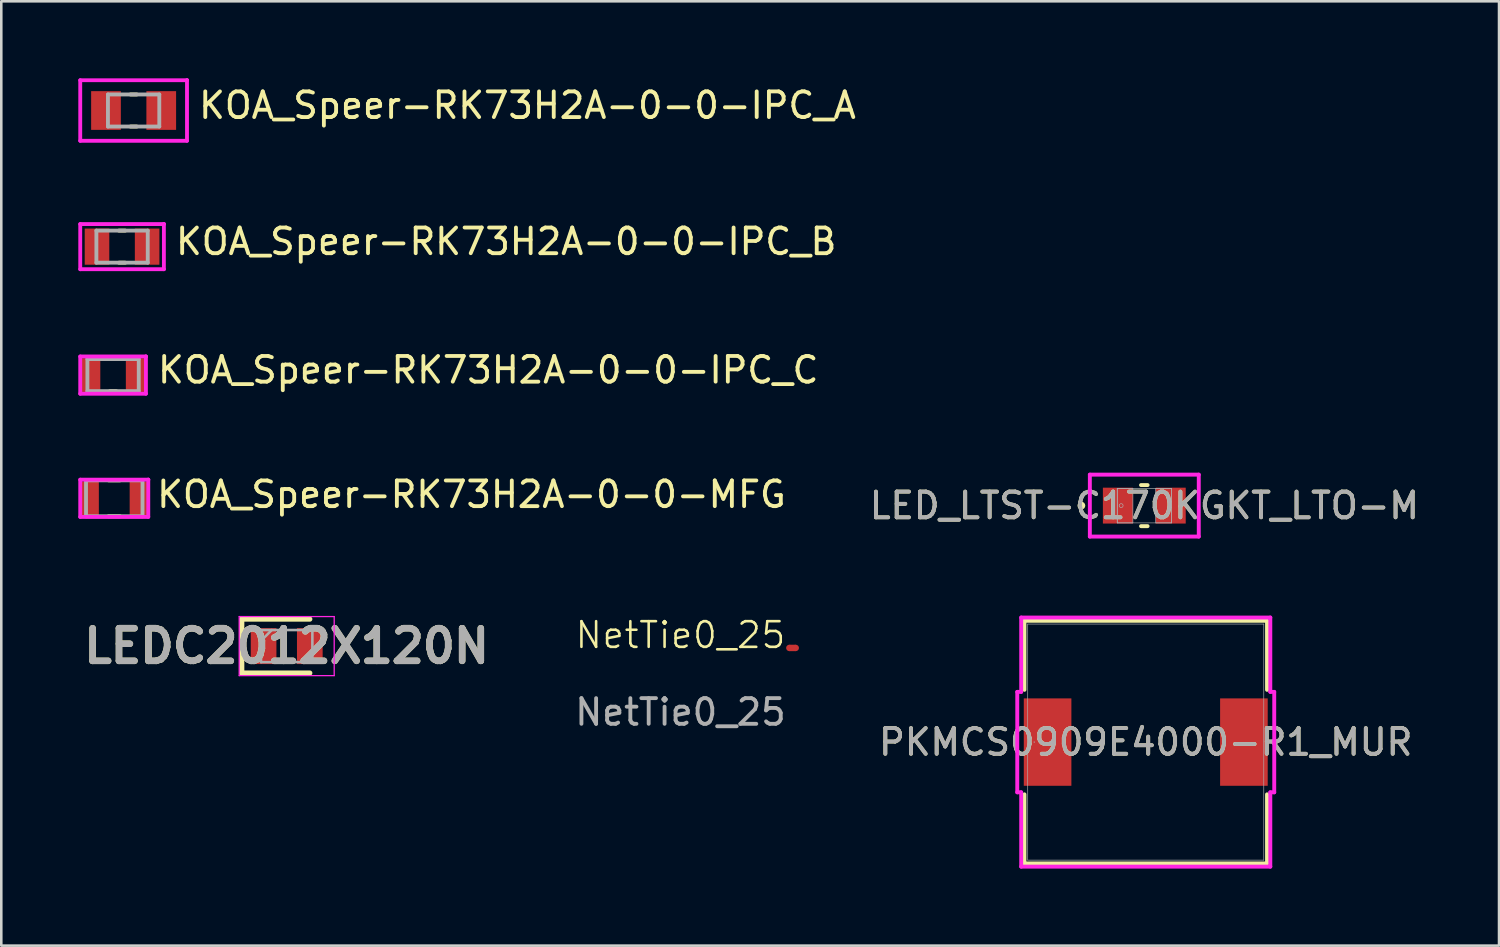
<source format=kicad_pcb>
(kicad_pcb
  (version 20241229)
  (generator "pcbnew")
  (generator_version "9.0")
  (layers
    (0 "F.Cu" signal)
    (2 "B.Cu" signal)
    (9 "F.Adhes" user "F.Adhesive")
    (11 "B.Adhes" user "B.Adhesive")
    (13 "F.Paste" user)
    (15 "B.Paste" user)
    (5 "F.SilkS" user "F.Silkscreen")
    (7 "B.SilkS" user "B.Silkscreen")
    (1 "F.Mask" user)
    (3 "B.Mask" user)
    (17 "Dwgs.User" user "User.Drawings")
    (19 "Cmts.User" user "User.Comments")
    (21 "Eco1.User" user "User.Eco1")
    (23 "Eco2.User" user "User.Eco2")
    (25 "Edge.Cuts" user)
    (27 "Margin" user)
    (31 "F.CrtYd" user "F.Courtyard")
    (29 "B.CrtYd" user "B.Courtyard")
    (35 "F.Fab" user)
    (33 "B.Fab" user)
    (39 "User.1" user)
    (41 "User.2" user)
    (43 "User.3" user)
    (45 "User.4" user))
  (footprint "KOA_Speer-RK73H2A-0-0-IPC_C"
    (layer "F.Cu")
    (at 1.354 11.559)
    (property "Reference" "KOA_Speer-RK73H2A-0-0-IPC_C" (at 1.654 -0.2 0) (layer "F.SilkS") (effects (font (size 1 1) (thickness 0.15)) (justify left)))
    (attr through_hole)
    (fp_line (start -0.123 -0.625) (end 0.123 -0.625) (stroke (width 0.15) (type solid)) (layer "F.SilkS"))
    (fp_line (start -0.123 0.625) (end 0.123 0.625) (stroke (width 0.15) (type solid)) (layer "F.SilkS"))
    (fp_line (start -1.279 -0.725) (end -1.279 0.725) (stroke (width 0.15) (type solid)) (layer "F.CrtYd"))
    (fp_line (start -1.279 0.725) (end 1.279 0.725) (stroke (width 0.15) (type solid)) (layer "F.CrtYd"))
    (fp_line (start 1.279 -0.725) (end -1.279 -0.725) (stroke (width 0.15) (type solid)) (layer "F.CrtYd"))
    (fp_line (start 1.279 -0.725) (end 1.279 -0.725) (stroke (width 0.15) (type solid)) (layer "F.CrtYd"))
    (fp_line (start 1.279 0.725) (end 1.279 -0.725) (stroke (width 0.15) (type solid)) (layer "F.CrtYd"))
    (fp_line (start -1 -0.625) (end 1 -0.625) (stroke (width 0.15) (type solid)) (layer "F.Fab"))
    (fp_line (start -1 0.625) (end -1 -0.625) (stroke (width 0.15) (type solid)) (layer "F.Fab"))
    (fp_line (start 1 -0.625) (end 1 0.625) (stroke (width 0.15) (type solid)) (layer "F.Fab"))
    (fp_line (start 1 0.625) (end -1 0.625) (stroke (width 0.15) (type solid)) (layer "F.Fab"))
    (pad "1" smd rect (at -0.876 0) (size 0.757 1.308) (layers "F.Cu" "F.Mask" "F.Paste"))
    (pad "2" smd rect (at 0.876 0) (size 0.757 1.308) (layers "F.Cu" "F.Mask" "F.Paste")))
  (footprint "PKMCS0909E4000-R1_MUR"
    (layer "F.Cu")
    (at 41.573 25.852)
    (property "Reference" "PKMCS0909E4000-R1_MUR" (at 0 0 0) (unlocked yes) (layer "F.SilkS") (effects (font (size 1 1) (thickness 0.15))))
    (attr smd)
    (fp_line (start -4.724 -4.724) (end -4.724 -2.035) (stroke (width 0.152) (type solid)) (layer "F.SilkS"))
    (fp_line (start -4.724 2.035) (end -4.724 4.724) (stroke (width 0.152) (type solid)) (layer "F.SilkS"))
    (fp_line (start -4.724 4.724) (end 4.724 4.724) (stroke (width 0.152) (type solid)) (layer "F.SilkS"))
    (fp_line (start 4.724 -4.724) (end -4.724 -4.724) (stroke (width 0.152) (type solid)) (layer "F.SilkS"))
    (fp_line (start 4.724 -2.035) (end 4.724 -4.724) (stroke (width 0.152) (type solid)) (layer "F.SilkS"))
    (fp_line (start 4.724 4.724) (end 4.724 2.035) (stroke (width 0.152) (type solid)) (layer "F.SilkS"))
    (fp_line (start -5.004 -1.956) (end -4.851 -1.956) (stroke (width 0.152) (type solid)) (layer "F.CrtYd"))
    (fp_line (start -5.004 1.956) (end -5.004 -1.956) (stroke (width 0.152) (type solid)) (layer "F.CrtYd"))
    (fp_line (start -4.851 -4.851) (end 4.851 -4.851) (stroke (width 0.152) (type solid)) (layer "F.CrtYd"))
    (fp_line (start -4.851 -1.956) (end -4.851 -4.851) (stroke (width 0.152) (type solid)) (layer "F.CrtYd"))
    (fp_line (start -4.851 1.956) (end -5.004 1.956) (stroke (width 0.152) (type solid)) (layer "F.CrtYd"))
    (fp_line (start -4.851 4.851) (end -4.851 1.956) (stroke (width 0.152) (type solid)) (layer "F.CrtYd"))
    (fp_line (start 4.851 -4.851) (end 4.851 -1.956) (stroke (width 0.152) (type solid)) (layer "F.CrtYd"))
    (fp_line (start 4.851 -1.956) (end 5.004 -1.956) (stroke (width 0.152) (type solid)) (layer "F.CrtYd"))
    (fp_line (start 4.851 1.956) (end 4.851 4.851) (stroke (width 0.152) (type solid)) (layer "F.CrtYd"))
    (fp_line (start 4.851 4.851) (end -4.851 4.851) (stroke (width 0.152) (type solid)) (layer "F.CrtYd"))
    (fp_line (start 5.004 -1.956) (end 5.004 1.956) (stroke (width 0.152) (type solid)) (layer "F.CrtYd"))
    (fp_line (start 5.004 1.956) (end 4.851 1.956) (stroke (width 0.152) (type solid)) (layer "F.CrtYd"))
    (fp_line (start -4.597 -4.597) (end -4.597 4.597) (stroke (width 0.025) (type solid)) (layer "F.Fab"))
    (fp_line (start -4.597 4.597) (end 4.597 4.597) (stroke (width 0.025) (type solid)) (layer "F.Fab"))
    (fp_line (start 4.597 -4.597) (end -4.597 -4.597) (stroke (width 0.025) (type solid)) (layer "F.Fab"))
    (fp_line (start 4.597 4.597) (end 4.597 -4.597) (stroke (width 0.025) (type solid)) (layer "F.Fab"))
    (fp_circle (center -4.343 0) (end -4.343 0) (stroke (width 0.025) (type solid)) (fill no) (layer "F.Fab"))
    (fp_text user "${REFERENCE}" (at 0 0 0) (unlocked yes) (layer "F.Fab") (effects (font (size 1 1) (thickness 0.15))))
    (pad "1" smd rect (at -3.823 0 90) (size 3.404 1.854) (layers "F.Cu" "F.Mask" "F.Paste"))
    (pad "2" smd rect (at 3.823 0 90) (size 3.404 1.854) (layers "F.Cu" "F.Mask" "F.Paste"))
    (zone (net_name "") (layer "F.Cu") (hatch full 0.508) (connect_pads) (min_thickness 0.254) (filled_areas_thickness no) (keepout (tracks not_allowed) (vias not_allowed) (pads allowed) (copperpour not_allowed) (footprints allowed)) (placement (enabled no)) (fill) (polygon (pts (xy 37.026 21.305) (xy 46.12 21.305) (xy 46.12 24.099) (xy 37.026 24.099))))
    (zone (net_name "") (layer "F.Cu") (hatch full 0.508) (connect_pads) (min_thickness 0.254) (filled_areas_thickness no) (keepout (tracks not_allowed) (vias not_allowed) (pads allowed) (copperpour not_allowed) (footprints allowed)) (placement (enabled no)) (fill) (polygon (pts (xy 37.026 27.604) (xy 46.12 27.604) (xy 46.12 30.398) (xy 37.026 30.398))))
    (zone (net_name "") (layer "F.Cu") (hatch full 0.508) (connect_pads) (min_thickness 0.254) (filled_areas_thickness no) (keepout (tracks not_allowed) (vias not_allowed) (pads allowed) (copperpour not_allowed) (footprints allowed)) (placement (enabled no)) (fill) (polygon (pts (xy 38.728 24.099) (xy 44.418 24.099) (xy 44.418 27.604) (xy 38.728 27.604)))))
  (footprint "LEDC2012X120N"
    (layer "F.Cu")
    (at 8.116 22.113)
    (property "Reference" "LEDC2012X120N" (at 0 0 0) (layer "F.SilkS") (effects (font (size 1.27 1.27) (thickness 0.254))))
    (attr smd)
    (fp_line (start -1.75 -1.05) (end -1.75 1.05) (stroke (width 0.2) (type solid)) (layer "F.SilkS"))
    (fp_line (start -1.75 1.05) (end 0.9 1.05) (stroke (width 0.2) (type solid)) (layer "F.SilkS"))
    (fp_line (start 0.9 -1.05) (end -1.75 -1.05) (stroke (width 0.2) (type solid)) (layer "F.SilkS"))
    (fp_line (start -1.85 -1.15) (end 1.85 -1.15) (stroke (width 0.05) (type solid)) (layer "F.CrtYd"))
    (fp_line (start -1.85 1.15) (end -1.85 -1.15) (stroke (width 0.05) (type solid)) (layer "F.CrtYd"))
    (fp_line (start 1.85 -1.15) (end 1.85 1.15) (stroke (width 0.05) (type solid)) (layer "F.CrtYd"))
    (fp_line (start 1.85 1.15) (end -1.85 1.15) (stroke (width 0.05) (type solid)) (layer "F.CrtYd"))
    (fp_line (start -1 -0.625) (end 1 -0.625) (stroke (width 0.1) (type solid)) (layer "F.Fab"))
    (fp_line (start -1 -0.208) (end -0.583 -0.625) (stroke (width 0.1) (type solid)) (layer "F.Fab"))
    (fp_line (start -1 0.625) (end -1 -0.625) (stroke (width 0.1) (type solid)) (layer "F.Fab"))
    (fp_line (start 1 -0.625) (end 1 0.625) (stroke (width 0.1) (type solid)) (layer "F.Fab"))
    (fp_line (start 1 0.625) (end -1 0.625) (stroke (width 0.1) (type solid)) (layer "F.Fab"))
    (fp_text user "${REFERENCE}" (at 0 0 0) (layer "F.Fab") (effects (font (size 1.27 1.27) (thickness 0.254))))
    (pad "1" smd rect (at -0.9 0) (size 1 1.4) (layers "F.Cu" "F.Mask" "F.Paste"))
    (pad "2" smd rect (at 0.9 0) (size 1 1.4) (layers "F.Cu" "F.Mask" "F.Paste")))
  (footprint "NetTie0_25"
    (layer "F.Cu")
    (at 23.452 22.185)
    (property "Reference" "NetTie0_25" (at 0 -0.5 0) (unlocked yes) (layer "F.SilkS") (effects (font (size 1 1) (thickness 0.1))))
    (attr smd)
    (fp_poly (pts (xy 4.24 -0.125) (xy 4.49 -0.125) (xy 4.49 0.125) (xy 4.24 0.125)) (stroke (width 0) (type solid)) (fill yes) (layer "F.Cu"))
    (fp_text user "${REFERENCE}" (at 0 2.5 0) (unlocked yes) (layer "F.Fab") (effects (font (size 1 1) (thickness 0.15))))
    (pad "1" smd circle (at 4.24 0) (size 0.25 0.25) (layers "F.Cu"))
    (pad "2" smd circle (at 4.49 0) (size 0.25 0.25) (layers "F.Cu")))
  (footprint "KOA_Speer-RK73H2A-0-0-IPC_A"
    (layer "F.Cu")
    (at 2.154 1.254)
    (property "Reference" "KOA_Speer-RK73H2A-0-0-IPC_A" (at 2.454 -0.2 0) (layer "F.SilkS") (effects (font (size 1 1) (thickness 0.15)) (justify left)))
    (attr through_hole)
    (fp_line (start -0.123 -0.625) (end 0.123 -0.625) (stroke (width 0.15) (type solid)) (layer "F.SilkS"))
    (fp_line (start -0.123 0.625) (end 0.123 0.625) (stroke (width 0.15) (type solid)) (layer "F.SilkS"))
    (fp_line (start -2.079 -1.179) (end -2.079 1.179) (stroke (width 0.15) (type solid)) (layer "F.CrtYd"))
    (fp_line (start -2.079 1.179) (end 2.079 1.179) (stroke (width 0.15) (type solid)) (layer "F.CrtYd"))
    (fp_line (start 2.079 -1.179) (end -2.079 -1.179) (stroke (width 0.15) (type solid)) (layer "F.CrtYd"))
    (fp_line (start 2.079 -1.179) (end 2.079 -1.179) (stroke (width 0.15) (type solid)) (layer "F.CrtYd"))
    (fp_line (start 2.079 1.179) (end 2.079 -1.179) (stroke (width 0.15) (type solid)) (layer "F.CrtYd"))
    (fp_line (start -1 -0.625) (end 1 -0.625) (stroke (width 0.15) (type solid)) (layer "F.Fab"))
    (fp_line (start -1 0.625) (end -1 -0.625) (stroke (width 0.15) (type solid)) (layer "F.Fab"))
    (fp_line (start 1 -0.625) (end 1 0.625) (stroke (width 0.15) (type solid)) (layer "F.Fab"))
    (fp_line (start 1 0.625) (end -1 0.625) (stroke (width 0.15) (type solid)) (layer "F.Fab"))
    (pad "1" smd rect (at -1.076 0) (size 1.157 1.508) (layers "F.Cu" "F.Mask" "F.Paste"))
    (pad "2" smd rect (at 1.076 0) (size 1.157 1.508) (layers "F.Cu" "F.Mask" "F.Paste")))
  (footprint "KOA_Speer-RK73H2A-0-0-MFG"
    (layer "F.Cu")
    (at 1.4 16.357)
    (property "Reference" "KOA_Speer-RK73H2A-0-0-MFG" (at 1.575 -0.15 0) (layer "F.SilkS") (effects (font (size 1 1) (thickness 0.15)) (justify left)))
    (attr through_hole)
    (fp_line (start -0.225 -0.7) (end 0.225 -0.7) (stroke (width 0.15) (type solid)) (layer "F.SilkS"))
    (fp_line (start -0.225 0.7) (end 0.225 0.7) (stroke (width 0.15) (type solid)) (layer "F.SilkS"))
    (fp_line (start -1.325 -0.725) (end -1.325 0.725) (stroke (width 0.15) (type solid)) (layer "F.CrtYd"))
    (fp_line (start -1.325 0.725) (end 1.325 0.725) (stroke (width 0.15) (type solid)) (layer "F.CrtYd"))
    (fp_line (start 1.325 -0.725) (end -1.325 -0.725) (stroke (width 0.15) (type solid)) (layer "F.CrtYd"))
    (fp_line (start 1.325 -0.725) (end 1.325 -0.725) (stroke (width 0.15) (type solid)) (layer "F.CrtYd"))
    (fp_line (start 1.325 0.725) (end 1.325 -0.725) (stroke (width 0.15) (type solid)) (layer "F.CrtYd"))
    (fp_line (start -1.1 -0.7) (end 1.1 -0.7) (stroke (width 0.15) (type solid)) (layer "F.Fab"))
    (fp_line (start -1.1 0.7) (end -1.1 -0.7) (stroke (width 0.15) (type solid)) (layer "F.Fab"))
    (fp_line (start 1.1 -0.7) (end 1.1 0.7) (stroke (width 0.15) (type solid)) (layer "F.Fab"))
    (fp_line (start 1.1 0.7) (end -1.1 0.7) (stroke (width 0.15) (type solid)) (layer "F.Fab"))
    (pad "1" smd rect (at -0.95 0) (size 0.7 1.3) (layers "F.Cu" "F.Mask" "F.Paste"))
    (pad "2" smd rect (at 0.95 0) (size 0.7 1.3) (layers "F.Cu" "F.Mask" "F.Paste")))
  (footprint "LED_LTST-C170KGKT_LTO-M"
    (layer "F.Cu")
    (at 41.517 16.642)
    (property "Reference" "LED_LTST-C170KGKT_LTO-M" (at 0 0 0) (unlocked yes) (layer "F.SilkS") (effects (font (size 1 1) (thickness 0.15))))
    (attr smd)
    (fp_line (start -0.128 0.8) (end 0.128 0.8) (stroke (width 0.152) (type solid)) (layer "F.SilkS"))
    (fp_line (start 0.128 -0.8) (end -0.128 -0.8) (stroke (width 0.152) (type solid)) (layer "F.SilkS"))
    (fp_circle (center -2.451 0) (end -2.375 0) (stroke (width 0.152) (type solid)) (fill no) (layer "F.SilkS"))
    (fp_line (start -2.121 -1.206) (end 2.121 -1.206) (stroke (width 0.152) (type solid)) (layer "F.CrtYd"))
    (fp_line (start -2.121 1.206) (end -2.121 -1.206) (stroke (width 0.152) (type solid)) (layer "F.CrtYd"))
    (fp_line (start 2.121 -1.206) (end 2.121 1.206) (stroke (width 0.152) (type solid)) (layer "F.CrtYd"))
    (fp_line (start 2.121 1.206) (end -2.121 1.206) (stroke (width 0.152) (type solid)) (layer "F.CrtYd"))
    (fp_line (start -1.054 -0.673) (end -1.054 0.673) (stroke (width 0.025) (type solid)) (layer "F.Fab"))
    (fp_line (start -1.054 -0.673) (end -1.054 0.673) (stroke (width 0.025) (type solid)) (layer "F.Fab"))
    (fp_line (start -1.054 0.673) (end -0.445 0.673) (stroke (width 0.025) (type solid)) (layer "F.Fab"))
    (fp_line (start -1.054 0.673) (end 1.054 0.673) (stroke (width 0.025) (type solid)) (layer "F.Fab"))
    (fp_line (start -0.445 -0.673) (end -1.054 -0.673) (stroke (width 0.025) (type solid)) (layer "F.Fab"))
    (fp_line (start -0.445 0.673) (end -0.445 -0.673) (stroke (width 0.025) (type solid)) (layer "F.Fab"))
    (fp_line (start 0.445 -0.673) (end 0.445 0.673) (stroke (width 0.025) (type solid)) (layer "F.Fab"))
    (fp_line (start 0.445 0.673) (end 1.054 0.673) (stroke (width 0.025) (type solid)) (layer "F.Fab"))
    (fp_line (start 1.054 -0.673) (end -1.054 -0.673) (stroke (width 0.025) (type solid)) (layer "F.Fab"))
    (fp_line (start 1.054 -0.673) (end 0.445 -0.673) (stroke (width 0.025) (type solid)) (layer "F.Fab"))
    (fp_line (start 1.054 0.673) (end 1.054 -0.673) (stroke (width 0.025) (type solid)) (layer "F.Fab"))
    (fp_line (start 1.054 0.673) (end 1.054 -0.673) (stroke (width 0.025) (type solid)) (layer "F.Fab"))
    (fp_circle (center -0.902 0) (end -0.826 0) (stroke (width 0.025) (type solid)) (fill no) (layer "F.Fab"))
    (fp_text user "${REFERENCE}" (at 0 0 0) (unlocked yes) (layer "F.Fab") (effects (font (size 1 1) (thickness 0.15))))
    (pad "1" smd rect (at -1.029 0) (size 1.168 1.397) (layers "F.Cu" "F.Mask" "F.Paste"))
    (pad "2" smd rect (at 1.029 0) (size 1.168 1.397) (layers "F.Cu" "F.Mask" "F.Paste"))
    (zone (net_name "") (layer "F.Cu") (hatch full 0.508) (connect_pads) (min_thickness 0.254) (filled_areas_thickness no) (keepout (tracks not_allowed) (vias not_allowed) (pads allowed) (copperpour not_allowed) (footprints allowed)) (placement (enabled no)) (fill) (polygon (pts (xy 41.123 16.019) (xy 41.91 16.019) (xy 41.91 17.264) (xy 41.123 17.264)))))
  (footprint "KOA_Speer-RK73H2A-0-0-IPC_B"
    (layer "F.Cu")
    (at 1.704 6.556)
    (property "Reference" "KOA_Speer-RK73H2A-0-0-IPC_B" (at 2.004 -0.2 0) (layer "F.SilkS") (effects (font (size 1 1) (thickness 0.15)) (justify left)))
    (attr through_hole)
    (fp_line (start -0.123 -0.625) (end 0.123 -0.625) (stroke (width 0.15) (type solid)) (layer "F.SilkS"))
    (fp_line (start -0.123 0.625) (end 0.123 0.625) (stroke (width 0.15) (type solid)) (layer "F.SilkS"))
    (fp_line (start -1.629 -0.879) (end -1.629 0.879) (stroke (width 0.15) (type solid)) (layer "F.CrtYd"))
    (fp_line (start -1.629 0.879) (end 1.629 0.879) (stroke (width 0.15) (type solid)) (layer "F.CrtYd"))
    (fp_line (start 1.629 -0.879) (end -1.629 -0.879) (stroke (width 0.15) (type solid)) (layer "F.CrtYd"))
    (fp_line (start 1.629 -0.879) (end 1.629 -0.879) (stroke (width 0.15) (type solid)) (layer "F.CrtYd"))
    (fp_line (start 1.629 0.879) (end 1.629 -0.879) (stroke (width 0.15) (type solid)) (layer "F.CrtYd"))
    (fp_line (start -1 -0.625) (end 1 -0.625) (stroke (width 0.15) (type solid)) (layer "F.Fab"))
    (fp_line (start -1 0.625) (end -1 -0.625) (stroke (width 0.15) (type solid)) (layer "F.Fab"))
    (fp_line (start 1 -0.625) (end 1 0.625) (stroke (width 0.15) (type solid)) (layer "F.Fab"))
    (fp_line (start 1 0.625) (end -1 0.625) (stroke (width 0.15) (type solid)) (layer "F.Fab"))
    (pad "1" smd rect (at -0.976 0) (size 0.957 1.408) (layers "F.Cu" "F.Mask" "F.Paste"))
    (pad "2" smd rect (at 0.976 0) (size 0.957 1.408) (layers "F.Cu" "F.Mask" "F.Paste")))
  (gr_rect
    (start -3 -3)
    (end 55.332 33.779)
    (stroke (width 0.1) (type default))
    (fill no)
    (layer "Edge.Cuts")))
</source>
